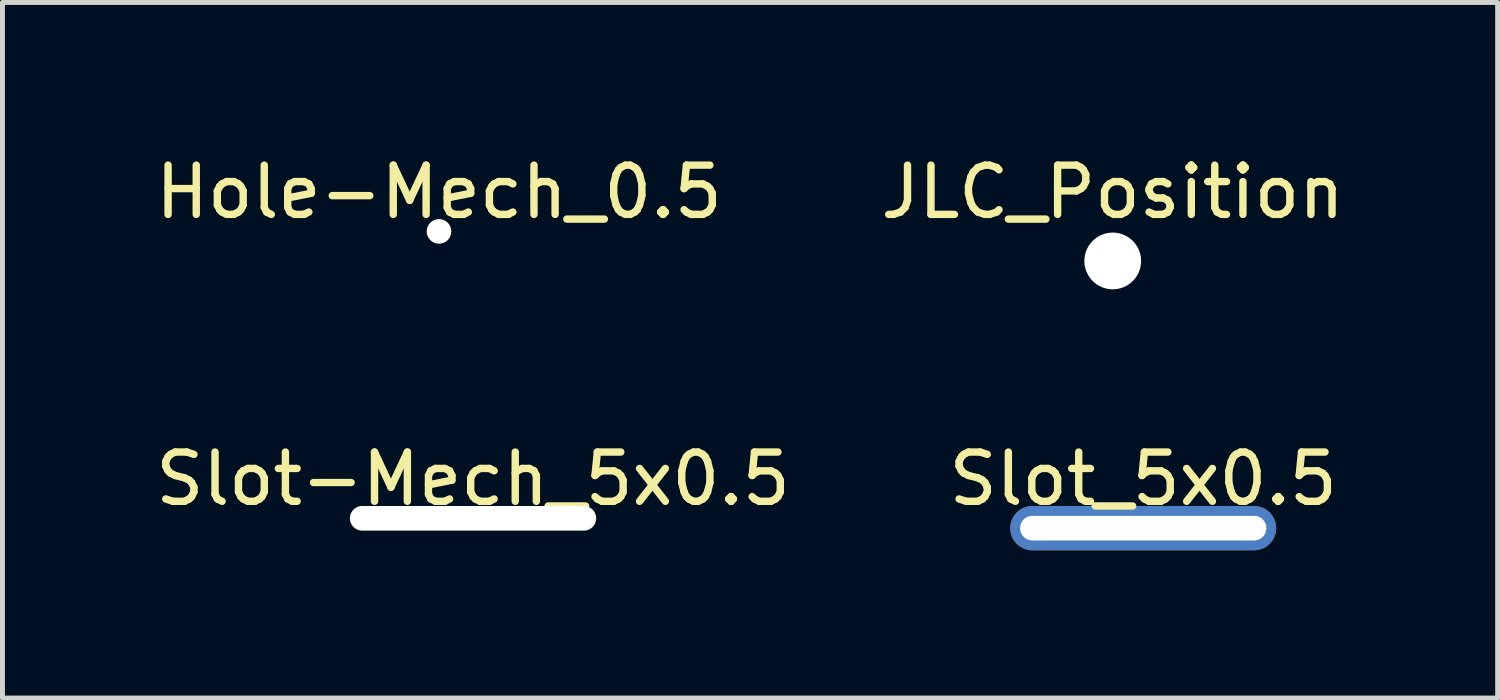
<source format=kicad_pcb>
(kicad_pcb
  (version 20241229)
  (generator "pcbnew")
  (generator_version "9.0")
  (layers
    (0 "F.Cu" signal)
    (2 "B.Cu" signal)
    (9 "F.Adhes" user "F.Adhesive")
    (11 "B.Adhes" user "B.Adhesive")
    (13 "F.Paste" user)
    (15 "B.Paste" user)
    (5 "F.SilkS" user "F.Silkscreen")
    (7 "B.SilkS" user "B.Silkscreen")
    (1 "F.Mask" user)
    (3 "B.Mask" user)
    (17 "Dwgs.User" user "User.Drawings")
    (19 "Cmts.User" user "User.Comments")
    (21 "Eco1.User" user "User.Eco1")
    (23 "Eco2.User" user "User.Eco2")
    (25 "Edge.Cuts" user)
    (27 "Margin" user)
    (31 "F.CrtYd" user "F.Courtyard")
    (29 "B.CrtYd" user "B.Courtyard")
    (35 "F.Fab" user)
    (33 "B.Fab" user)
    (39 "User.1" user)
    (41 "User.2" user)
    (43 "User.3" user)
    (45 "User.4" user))
  (footprint "JLC_Position"
    (layer "F.Cu")
    (at 19.542 2.248)
    (property "Reference" "JLC_Position" (at 0 -1.4 0) (layer "F.SilkS") (effects (font (size 1 1) (thickness 0.15))))
    (attr exclude_from_pos_files exclude_from_bom)
    (pad "" np_thru_hole circle (at 0 0) (size 1.152 1.152) (drill 1.152) (layers "*.Cu" "*.Mask")))
  (footprint "Hole-Mech_0.5"
    (layer "F.Cu")
    (at 5.863 1.648)
    (property "Reference" "Hole-Mech_0.5" (at 0 -0.8 0) (layer "F.SilkS") (effects (font (size 1 1) (thickness 0.15))))
    (attr exclude_from_pos_files exclude_from_bom)
    (pad "" np_thru_hole circle (at 0 0) (size 0.5 0.5) (drill 0.5) (layers "*.Cu" "*.Mask")))
  (footprint "Slot-Mech_5x0.5"
    (layer "F.Cu")
    (at 6.554 7.473)
    (property "Reference" "Slot-Mech_5x0.5" (at 0 -0.8 0) (layer "F.SilkS") (effects (font (size 1 1) (thickness 0.15))))
    (attr exclude_from_pos_files exclude_from_bom)
    (pad "" np_thru_hole oval (at 0 0) (size 5 0.5) (drill oval 5 0.5) (layers "*.Cu" "*.Mask")))
  (footprint "Slot_5x0.5"
    (layer "F.Cu")
    (at 20.161 7.673)
    (property "Reference" "Slot_5x0.5" (at 0 -1 0) (layer "F.SilkS") (effects (font (size 1 1) (thickness 0.15))))
    (attr exclude_from_pos_files exclude_from_bom)
    (pad "1" thru_hole oval (at 0 0) (size 5.4 0.9) (drill oval 5 0.5) (layers "*.Cu" "*.Mask")))
  (gr_rect
    (start -3 -3)
    (end 27.357 11.123)
    (stroke (width 0.1) (type default))
    (fill no)
    (layer "Edge.Cuts")))
</source>
